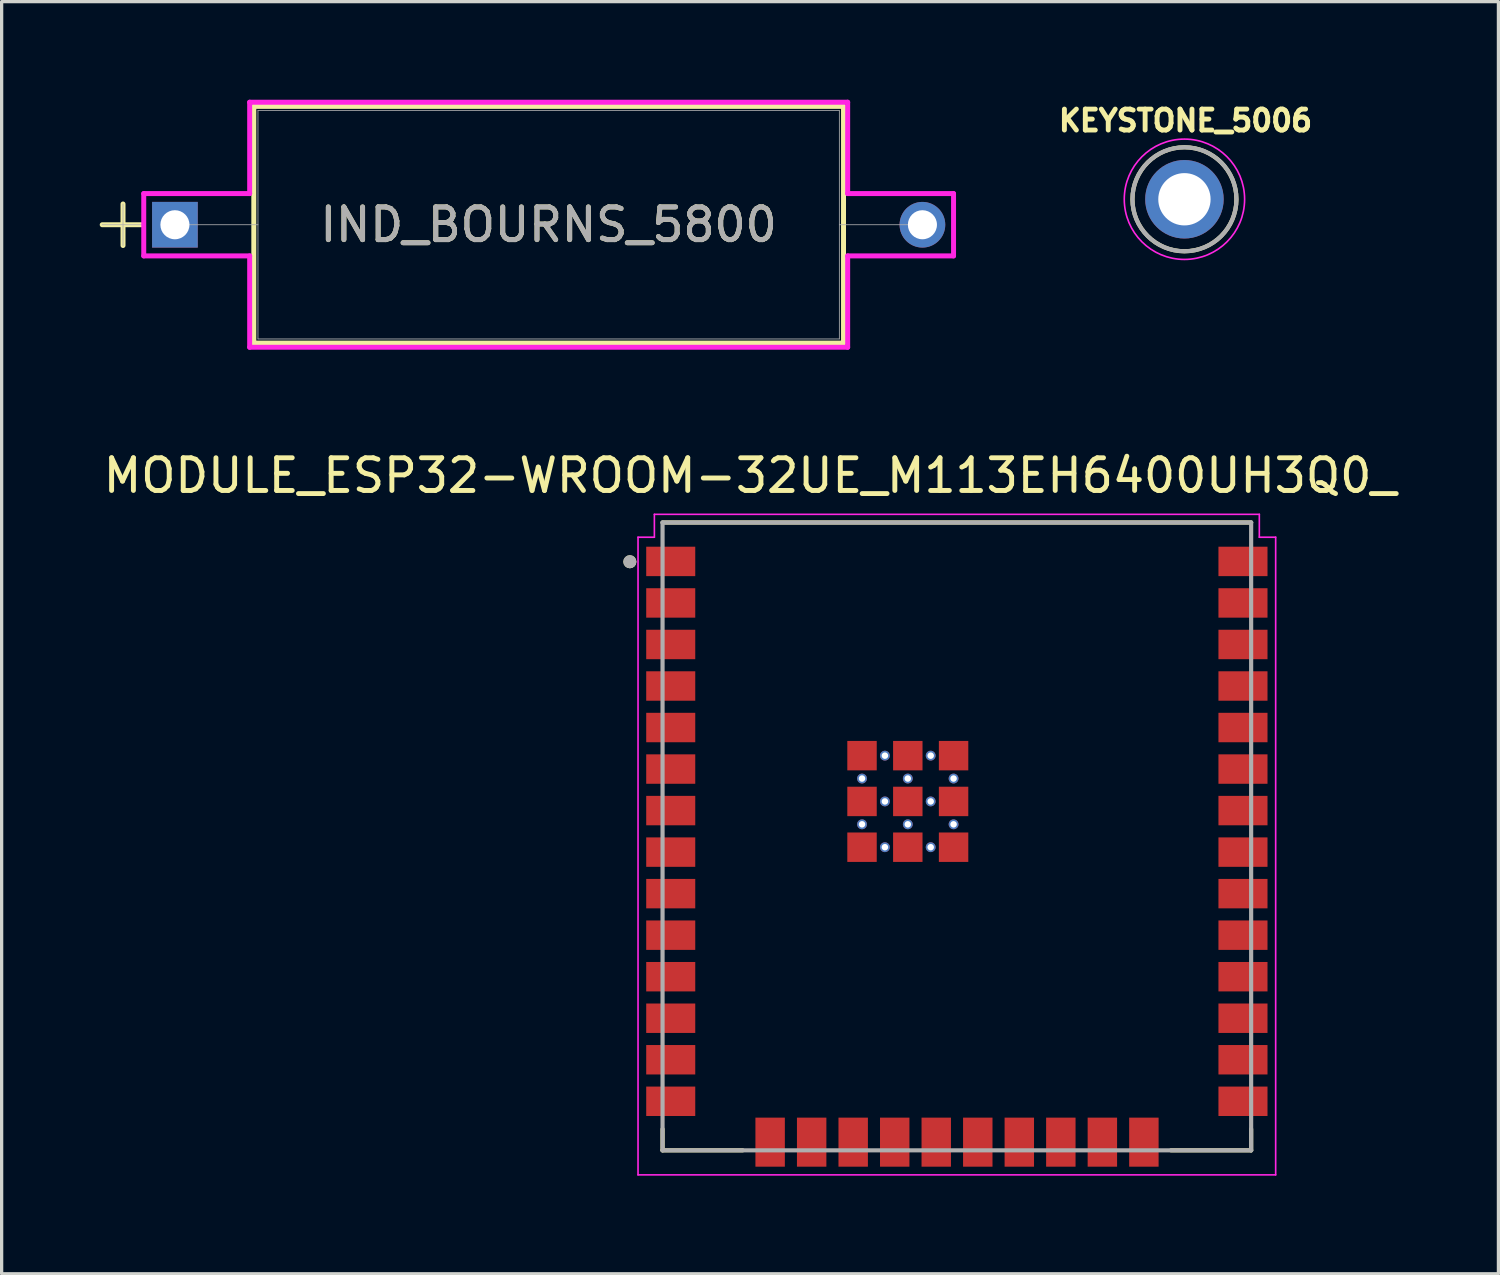
<source format=kicad_pcb>
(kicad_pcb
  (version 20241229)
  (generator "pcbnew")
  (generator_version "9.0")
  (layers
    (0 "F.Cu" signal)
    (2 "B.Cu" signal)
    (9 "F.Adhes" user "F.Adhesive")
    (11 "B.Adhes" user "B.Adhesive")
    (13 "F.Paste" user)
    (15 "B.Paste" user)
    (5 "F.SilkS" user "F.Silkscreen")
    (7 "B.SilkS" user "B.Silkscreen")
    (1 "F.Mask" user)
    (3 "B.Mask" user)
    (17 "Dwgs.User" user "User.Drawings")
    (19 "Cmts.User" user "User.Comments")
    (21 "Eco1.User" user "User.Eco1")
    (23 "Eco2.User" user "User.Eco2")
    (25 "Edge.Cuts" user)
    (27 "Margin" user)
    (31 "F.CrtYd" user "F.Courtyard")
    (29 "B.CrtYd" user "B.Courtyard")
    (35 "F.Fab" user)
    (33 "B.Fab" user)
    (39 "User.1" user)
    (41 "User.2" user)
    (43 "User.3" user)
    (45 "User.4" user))
  (footprint "KEYSTONE_5006"
    (layer "F.Cu")
    (at 33.172 3.044)
    (property "Reference" "KEYSTONE_5006" (at 0.032 -2.406 0) (layer "F.SilkS") (effects (font (size 0.64 0.64) (thickness 0.15))))
    (attr through_hole)
    (fp_circle (center 0 0) (end 1.59 0) (stroke (width 0.127) (type solid)) (fill no) (layer "F.SilkS"))
    (fp_circle (center 0 0) (end 1.84 0) (stroke (width 0.05) (type solid)) (fill no) (layer "F.CrtYd"))
    (fp_circle (center 0 0) (end 1.59 0) (stroke (width 0.127) (type solid)) (fill no) (layer "F.Fab"))
    (pad "TP" thru_hole circle (at 0 0) (size 2.4 2.4) (drill 1.6) (layers "*.Cu" "*.Mask")))
  (footprint "IND_BOURNS_5800"
    (layer "F.Cu")
    (at 2.299 3.823)
    (property "Reference" "IND_BOURNS_5800" (at 11.43 0 0) (unlocked yes) (layer "F.SilkS") (effects (font (size 1 1) (thickness 0.15))))
    (attr through_hole)
    (fp_line (start -2.223 0) (end -1.031 0) (stroke (width 0.152) (type solid)) (layer "F.SilkS"))
    (fp_line (start -1.587 -0.635) (end -1.587 0.635) (stroke (width 0.152) (type solid)) (layer "F.SilkS"))
    (fp_line (start 2.413 -3.619) (end 2.413 3.619) (stroke (width 0.152) (type solid)) (layer "F.SilkS"))
    (fp_line (start 2.413 3.619) (end 20.447 3.619) (stroke (width 0.152) (type solid)) (layer "F.SilkS"))
    (fp_line (start 20.447 -3.619) (end 2.413 -3.619) (stroke (width 0.152) (type solid)) (layer "F.SilkS"))
    (fp_line (start 20.447 3.619) (end 20.447 -3.619) (stroke (width 0.152) (type solid)) (layer "F.SilkS"))
    (fp_line (start -0.953 -0.953) (end 2.286 -0.953) (stroke (width 0.152) (type solid)) (layer "F.CrtYd"))
    (fp_line (start -0.953 0.953) (end -0.953 -0.953) (stroke (width 0.152) (type solid)) (layer "F.CrtYd"))
    (fp_line (start 2.286 -3.747) (end 20.574 -3.747) (stroke (width 0.152) (type solid)) (layer "F.CrtYd"))
    (fp_line (start 2.286 -0.953) (end 2.286 -3.747) (stroke (width 0.152) (type solid)) (layer "F.CrtYd"))
    (fp_line (start 2.286 0.953) (end -0.953 0.953) (stroke (width 0.152) (type solid)) (layer "F.CrtYd"))
    (fp_line (start 2.286 3.747) (end 2.286 0.953) (stroke (width 0.152) (type solid)) (layer "F.CrtYd"))
    (fp_line (start 20.574 -3.747) (end 20.574 -0.953) (stroke (width 0.152) (type solid)) (layer "F.CrtYd"))
    (fp_line (start 20.574 -0.953) (end 23.812 -0.953) (stroke (width 0.152) (type solid)) (layer "F.CrtYd"))
    (fp_line (start 20.574 0.953) (end 20.574 3.747) (stroke (width 0.152) (type solid)) (layer "F.CrtYd"))
    (fp_line (start 20.574 3.747) (end 2.286 3.747) (stroke (width 0.152) (type solid)) (layer "F.CrtYd"))
    (fp_line (start 23.812 -0.953) (end 23.812 0.953) (stroke (width 0.152) (type solid)) (layer "F.CrtYd"))
    (fp_line (start 23.812 0.953) (end 20.574 0.953) (stroke (width 0.152) (type solid)) (layer "F.CrtYd"))
    (fp_line (start -2.223 0) (end -0.953 0) (stroke (width 0.025) (type solid)) (layer "F.Fab"))
    (fp_line (start -1.587 -0.635) (end -1.587 0.635) (stroke (width 0.025) (type solid)) (layer "F.Fab"))
    (fp_line (start 0 0) (end 2.54 0) (stroke (width 0.025) (type solid)) (layer "F.Fab"))
    (fp_line (start 2.54 -3.493) (end 2.54 3.493) (stroke (width 0.025) (type solid)) (layer "F.Fab"))
    (fp_line (start 2.54 3.493) (end 20.32 3.493) (stroke (width 0.025) (type solid)) (layer "F.Fab"))
    (fp_line (start 20.32 -3.493) (end 2.54 -3.493) (stroke (width 0.025) (type solid)) (layer "F.Fab"))
    (fp_line (start 20.32 3.493) (end 20.32 -3.493) (stroke (width 0.025) (type solid)) (layer "F.Fab"))
    (fp_line (start 22.86 0) (end 20.32 0) (stroke (width 0.025) (type solid)) (layer "F.Fab"))
    (fp_text user "${REFERENCE}" (at 11.43 0 0) (unlocked yes) (layer "F.Fab") (effects (font (size 1 1) (thickness 0.15))))
    (pad "1" thru_hole rect (at 0 0) (size 1.397 1.397) (drill 0.889) (layers "*.Cu" "*.Mask"))
    (pad "2" thru_hole circle (at 22.86 0) (size 1.397 1.397) (drill 0.889) (layers "*.Cu" "*.Mask")))
  (footprint "MODULE_ESP32-WROOM-32UE_M113EH6400UH3Q0_"
    (layer "F.Cu")
    (at 26.212 22.529)
    (property "Reference" "MODULE_ESP32-WROOM-32UE_M113EH6400UH3Q0_" (at -6.325 -11.035 0) (layer "F.SilkS") (effects (font (size 1 1) (thickness 0.15))))
    (attr smd)
    (fp_line (start -9 -9.6) (end 9 -9.6) (stroke (width 0.127) (type solid)) (layer "F.SilkS"))
    (fp_line (start -9 8.95) (end -9 9.6) (stroke (width 0.127) (type solid)) (layer "F.SilkS"))
    (fp_line (start -9 9.6) (end -6.55 9.6) (stroke (width 0.127) (type solid)) (layer "F.SilkS"))
    (fp_line (start 6.55 9.6) (end 9 9.6) (stroke (width 0.127) (type solid)) (layer "F.SilkS"))
    (fp_line (start 9 9.6) (end 9 8.95) (stroke (width 0.127) (type solid)) (layer "F.SilkS"))
    (fp_circle (center -10 -8.4) (end -9.9 -8.4) (stroke (width 0.2) (type solid)) (fill no) (layer "F.SilkS"))
    (fp_line (start -9.75 -9.15) (end -9.25 -9.15) (stroke (width 0.05) (type solid)) (layer "F.CrtYd"))
    (fp_line (start -9.75 10.35) (end -9.75 -9.15) (stroke (width 0.05) (type solid)) (layer "F.CrtYd"))
    (fp_line (start -9.25 -9.85) (end 9.25 -9.85) (stroke (width 0.05) (type solid)) (layer "F.CrtYd"))
    (fp_line (start -9.25 -9.15) (end -9.25 -9.85) (stroke (width 0.05) (type solid)) (layer "F.CrtYd"))
    (fp_line (start 9.25 -9.85) (end 9.25 -9.15) (stroke (width 0.05) (type solid)) (layer "F.CrtYd"))
    (fp_line (start 9.25 -9.15) (end 9.75 -9.15) (stroke (width 0.05) (type solid)) (layer "F.CrtYd"))
    (fp_line (start 9.75 -9.15) (end 9.75 10.35) (stroke (width 0.05) (type solid)) (layer "F.CrtYd"))
    (fp_line (start 9.75 10.35) (end -9.75 10.35) (stroke (width 0.05) (type solid)) (layer "F.CrtYd"))
    (fp_line (start -9 -9.6) (end 9 -9.6) (stroke (width 0.127) (type solid)) (layer "F.Fab"))
    (fp_line (start -9 9.6) (end -9 -9.6) (stroke (width 0.127) (type solid)) (layer "F.Fab"))
    (fp_line (start 9 -9.6) (end 9 9.6) (stroke (width 0.127) (type solid)) (layer "F.Fab"))
    (fp_line (start 9 9.6) (end -9 9.6) (stroke (width 0.127) (type solid)) (layer "F.Fab"))
    (fp_circle (center -10 -8.4) (end -9.9 -8.4) (stroke (width 0.2) (type solid)) (fill no) (layer "F.Fab"))
    (pad "1" smd rect (at -8.75 -8.41) (size 1.5 0.9) (layers "F.Cu" "F.Mask" "F.Paste"))
    (pad "2" smd rect (at -8.75 -7.14) (size 1.5 0.9) (layers "F.Cu" "F.Mask" "F.Paste"))
    (pad "3" smd rect (at -8.75 -5.87) (size 1.5 0.9) (layers "F.Cu" "F.Mask" "F.Paste"))
    (pad "4" smd rect (at -8.75 -4.6) (size 1.5 0.9) (layers "F.Cu" "F.Mask" "F.Paste"))
    (pad "5" smd rect (at -8.75 -3.33) (size 1.5 0.9) (layers "F.Cu" "F.Mask" "F.Paste"))
    (pad "6" smd rect (at -8.75 -2.06) (size 1.5 0.9) (layers "F.Cu" "F.Mask" "F.Paste"))
    (pad "7" smd rect (at -8.75 -0.79) (size 1.5 0.9) (layers "F.Cu" "F.Mask" "F.Paste"))
    (pad "8" smd rect (at -8.75 0.48) (size 1.5 0.9) (layers "F.Cu" "F.Mask" "F.Paste"))
    (pad "9" smd rect (at -8.75 1.75) (size 1.5 0.9) (layers "F.Cu" "F.Mask" "F.Paste"))
    (pad "10" smd rect (at -8.75 3.02) (size 1.5 0.9) (layers "F.Cu" "F.Mask" "F.Paste"))
    (pad "11" smd rect (at -8.75 4.29) (size 1.5 0.9) (layers "F.Cu" "F.Mask" "F.Paste"))
    (pad "12" smd rect (at -8.75 5.56) (size 1.5 0.9) (layers "F.Cu" "F.Mask" "F.Paste"))
    (pad "13" smd rect (at -8.75 6.83) (size 1.5 0.9) (layers "F.Cu" "F.Mask" "F.Paste"))
    (pad "14" smd rect (at -8.75 8.1) (size 1.5 0.9) (layers "F.Cu" "F.Mask" "F.Paste"))
    (pad "15" smd rect (at -5.71 9.35) (size 0.9 1.5) (layers "F.Cu" "F.Mask" "F.Paste"))
    (pad "16" smd rect (at -4.44 9.35) (size 0.9 1.5) (layers "F.Cu" "F.Mask" "F.Paste"))
    (pad "17" smd rect (at -3.17 9.35) (size 0.9 1.5) (layers "F.Cu" "F.Mask" "F.Paste"))
    (pad "18" smd rect (at -1.9 9.35) (size 0.9 1.5) (layers "F.Cu" "F.Mask" "F.Paste"))
    (pad "19" smd rect (at -0.63 9.35) (size 0.9 1.5) (layers "F.Cu" "F.Mask" "F.Paste"))
    (pad "20" smd rect (at 0.64 9.35) (size 0.9 1.5) (layers "F.Cu" "F.Mask" "F.Paste"))
    (pad "21" smd rect (at 1.91 9.35) (size 0.9 1.5) (layers "F.Cu" "F.Mask" "F.Paste"))
    (pad "22" smd rect (at 3.18 9.35) (size 0.9 1.5) (layers "F.Cu" "F.Mask" "F.Paste"))
    (pad "23" smd rect (at 4.45 9.35) (size 0.9 1.5) (layers "F.Cu" "F.Mask" "F.Paste"))
    (pad "24" smd rect (at 5.72 9.35) (size 0.9 1.5) (layers "F.Cu" "F.Mask" "F.Paste"))
    (pad "25" smd rect (at 8.75 8.1) (size 1.5 0.9) (layers "F.Cu" "F.Mask" "F.Paste"))
    (pad "26" smd rect (at 8.75 6.83) (size 1.5 0.9) (layers "F.Cu" "F.Mask" "F.Paste"))
    (pad "27" smd rect (at 8.75 5.56) (size 1.5 0.9) (layers "F.Cu" "F.Mask" "F.Paste"))
    (pad "28" smd rect (at 8.75 4.29) (size 1.5 0.9) (layers "F.Cu" "F.Mask" "F.Paste"))
    (pad "29" smd rect (at 8.75 3.02) (size 1.5 0.9) (layers "F.Cu" "F.Mask" "F.Paste"))
    (pad "30" smd rect (at 8.75 1.75) (size 1.5 0.9) (layers "F.Cu" "F.Mask" "F.Paste"))
    (pad "31" smd rect (at 8.75 0.48) (size 1.5 0.9) (layers "F.Cu" "F.Mask" "F.Paste"))
    (pad "32" smd rect (at 8.75 -0.79) (size 1.5 0.9) (layers "F.Cu" "F.Mask" "F.Paste"))
    (pad "33" smd rect (at 8.75 -2.06) (size 1.5 0.9) (layers "F.Cu" "F.Mask" "F.Paste"))
    (pad "34" smd rect (at 8.75 -3.33) (size 1.5 0.9) (layers "F.Cu" "F.Mask" "F.Paste"))
    (pad "35" smd rect (at 8.75 -4.6) (size 1.5 0.9) (layers "F.Cu" "F.Mask" "F.Paste"))
    (pad "36" smd rect (at 8.75 -5.87) (size 1.5 0.9) (layers "F.Cu" "F.Mask" "F.Paste"))
    (pad "37" smd rect (at 8.75 -7.14) (size 1.5 0.9) (layers "F.Cu" "F.Mask" "F.Paste"))
    (pad "38" smd rect (at 8.75 -8.41) (size 1.5 0.9) (layers "F.Cu" "F.Mask" "F.Paste"))
    (pad "39_1" smd rect (at -2.9 -2.47) (size 0.9 0.9) (layers "F.Cu" "F.Mask" "F.Paste"))
    (pad "39_2" smd rect (at -1.5 -2.47) (size 0.9 0.9) (layers "F.Cu" "F.Mask" "F.Paste"))
    (pad "39_3" smd rect (at -0.1 -2.47) (size 0.9 0.9) (layers "F.Cu" "F.Mask" "F.Paste"))
    (pad "39_4" smd rect (at -2.9 -1.07) (size 0.9 0.9) (layers "F.Cu" "F.Mask" "F.Paste"))
    (pad "39_5" smd rect (at -1.5 -1.07) (size 0.9 0.9) (layers "F.Cu" "F.Mask" "F.Paste"))
    (pad "39_6" smd rect (at -0.1 -1.07) (size 0.9 0.9) (layers "F.Cu" "F.Mask" "F.Paste"))
    (pad "39_7" smd rect (at -2.9 0.33) (size 0.9 0.9) (layers "F.Cu" "F.Mask" "F.Paste"))
    (pad "39_8" smd rect (at -1.5 0.33) (size 0.9 0.9) (layers "F.Cu" "F.Mask" "F.Paste"))
    (pad "39_9" smd rect (at -0.1 0.33) (size 0.9 0.9) (layers "F.Cu" "F.Mask" "F.Paste"))
    (pad "39_10" thru_hole circle (at -2.2 -2.47) (size 0.3 0.3) (drill 0.2) (layers "*.Cu" "*.Mask"))
    (pad "39_11" thru_hole circle (at -0.8 -2.47) (size 0.3 0.3) (drill 0.2) (layers "*.Cu" "*.Mask"))
    (pad "39_12" thru_hole circle (at -2.9 -1.77) (size 0.3 0.3) (drill 0.2) (layers "*.Cu" "*.Mask"))
    (pad "39_13" thru_hole circle (at -1.5 -1.77) (size 0.3 0.3) (drill 0.2) (layers "*.Cu" "*.Mask"))
    (pad "39_14" thru_hole circle (at -0.1 -1.77) (size 0.3 0.3) (drill 0.2) (layers "*.Cu" "*.Mask"))
    (pad "39_15" thru_hole circle (at -2.2 -1.07) (size 0.3 0.3) (drill 0.2) (layers "*.Cu" "*.Mask"))
    (pad "39_16" thru_hole circle (at -0.8 -1.07) (size 0.3 0.3) (drill 0.2) (layers "*.Cu" "*.Mask"))
    (pad "39_17" thru_hole circle (at -2.9 -0.37) (size 0.3 0.3) (drill 0.2) (layers "*.Cu" "*.Mask"))
    (pad "39_18" thru_hole circle (at -1.5 -0.37) (size 0.3 0.3) (drill 0.2) (layers "*.Cu" "*.Mask"))
    (pad "39_19" thru_hole circle (at -0.1 -0.37) (size 0.3 0.3) (drill 0.2) (layers "*.Cu" "*.Mask"))
    (pad "39_20" thru_hole circle (at -2.2 0.33) (size 0.3 0.3) (drill 0.2) (layers "*.Cu" "*.Mask"))
    (pad "39_21" thru_hole circle (at -0.8 0.33) (size 0.3 0.3) (drill 0.2) (layers "*.Cu" "*.Mask")))
  (gr_rect
    (start -3 -3)
    (end 42.774 35.904)
    (stroke (width 0.1) (type default))
    (fill no)
    (layer "Edge.Cuts")))
</source>
